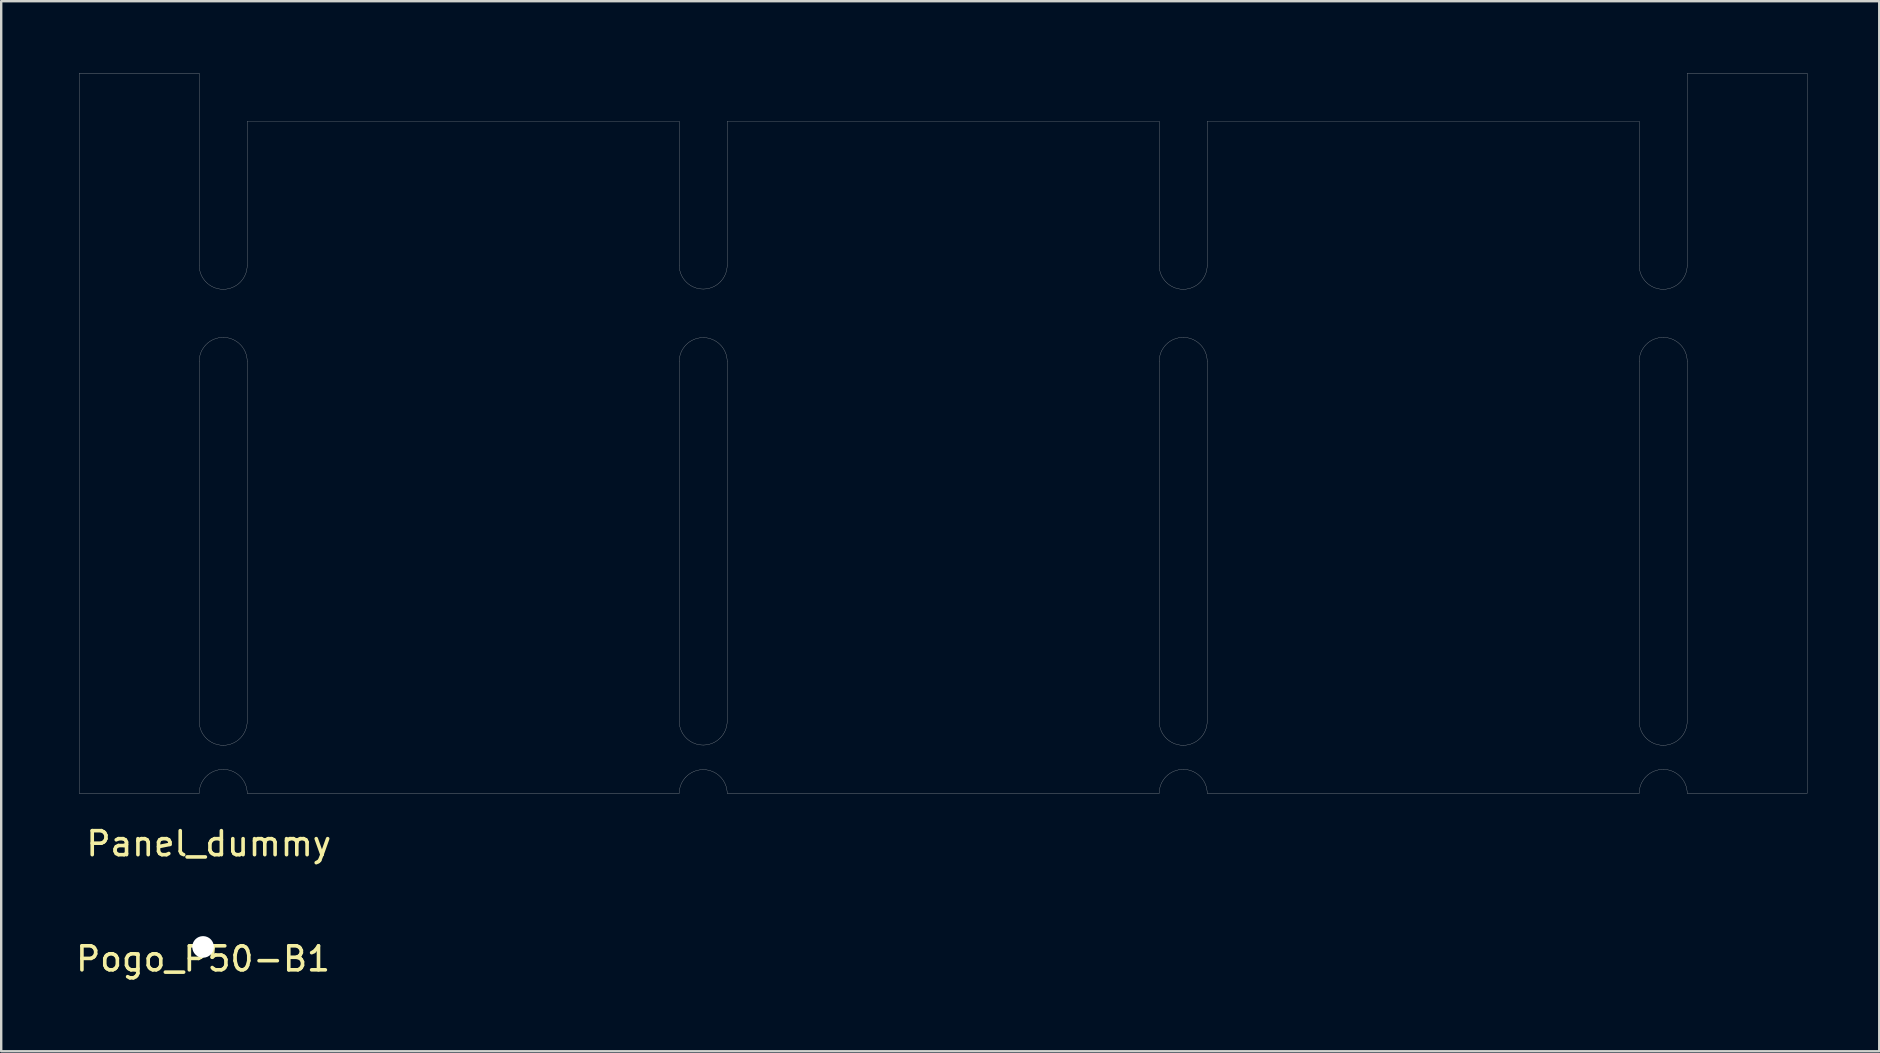
<source format=kicad_pcb>
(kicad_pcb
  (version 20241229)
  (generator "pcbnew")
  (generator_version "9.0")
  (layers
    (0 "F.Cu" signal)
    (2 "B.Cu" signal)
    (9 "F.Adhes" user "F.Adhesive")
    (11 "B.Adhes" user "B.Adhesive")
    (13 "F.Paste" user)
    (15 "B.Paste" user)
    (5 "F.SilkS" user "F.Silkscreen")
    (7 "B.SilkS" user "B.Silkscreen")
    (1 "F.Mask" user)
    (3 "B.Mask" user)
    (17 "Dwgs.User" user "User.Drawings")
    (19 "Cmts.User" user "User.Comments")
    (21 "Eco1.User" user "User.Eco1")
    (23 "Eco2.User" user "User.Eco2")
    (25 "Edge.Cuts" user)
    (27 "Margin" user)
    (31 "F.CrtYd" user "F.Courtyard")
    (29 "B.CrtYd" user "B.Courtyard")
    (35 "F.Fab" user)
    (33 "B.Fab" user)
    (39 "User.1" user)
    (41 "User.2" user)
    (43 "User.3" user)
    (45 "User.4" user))
  (footprint "Pogo_P50-B1"
    (layer "F.Cu")
    (at 5.411 36.405)
    (property "Reference" "Pogo_P50-B1" (at 0 0.5 0) (layer "F.SilkS") (effects (font (size 1 1) (thickness 0.15))))
    (attr through_hole)
    (pad "" np_thru_hole circle (at 0 0) (size 0.9 0.9) (drill 0.9) (layers "*.Cu" "*.Mask")))
  (footprint "Panel_dummy"
    (layer "F.Cu")
    (at 0.25 30.006)
    (property "Reference" "Panel_dummy" (at 5.4 2.1 0) (layer "F.SilkS") (effects (font (size 1 1) (thickness 0.15))))
    (attr through_hole)
    (fp_line (start -0.001 -30.001) (end 5 -30.001) (stroke (width 0.01) (type solid)) (layer "Dwgs.User"))
    (fp_line (start -0.001 -0.001) (end -0.001 -30.001) (stroke (width 0.01) (type solid)) (layer "Dwgs.User"))
    (fp_line (start -0.001 -0.001) (end 5 -0.001) (stroke (width 0.01) (type solid)) (layer "Dwgs.User"))
    (fp_line (start 5 -30.001) (end 5 -22) (stroke (width 0.01) (type solid)) (layer "Dwgs.User"))
    (fp_line (start 5 -3.001) (end 5 -18.002) (stroke (width 0.01) (type solid)) (layer "Dwgs.User"))
    (fp_line (start 6.999 -28.002) (end 25 -28.002) (stroke (width 0.01) (type solid)) (layer "Dwgs.User"))
    (fp_line (start 6.999 -22) (end 6.999 -28.002) (stroke (width 0.01) (type solid)) (layer "Dwgs.User"))
    (fp_line (start 6.999 -18.002) (end 6.999 -3.001) (stroke (width 0.01) (type solid)) (layer "Dwgs.User"))
    (fp_line (start 6.999 -0.001) (end 25 -0.001) (stroke (width 0.01) (type solid)) (layer "Dwgs.User"))
    (fp_line (start 25 -28.002) (end 25 -22) (stroke (width 0.01) (type solid)) (layer "Dwgs.User"))
    (fp_line (start 25 -3.001) (end 25 -18.002) (stroke (width 0.01) (type solid)) (layer "Dwgs.User"))
    (fp_line (start 26.999 -28.002) (end 45 -28.002) (stroke (width 0.01) (type solid)) (layer "Dwgs.User"))
    (fp_line (start 26.999 -22) (end 26.999 -28.002) (stroke (width 0.01) (type solid)) (layer "Dwgs.User"))
    (fp_line (start 26.999 -18.002) (end 26.999 -3.001) (stroke (width 0.01) (type solid)) (layer "Dwgs.User"))
    (fp_line (start 26.999 -0.001) (end 45 -0.001) (stroke (width 0.01) (type solid)) (layer "Dwgs.User"))
    (fp_line (start 45 -28.002) (end 45 -22) (stroke (width 0.01) (type solid)) (layer "Dwgs.User"))
    (fp_line (start 45 -3.001) (end 45 -18.002) (stroke (width 0.01) (type solid)) (layer "Dwgs.User"))
    (fp_line (start 46.999 -28.002) (end 65 -28.002) (stroke (width 0.01) (type solid)) (layer "Dwgs.User"))
    (fp_line (start 46.999 -22) (end 46.999 -28.002) (stroke (width 0.01) (type solid)) (layer "Dwgs.User"))
    (fp_line (start 46.999 -18.002) (end 46.999 -3.001) (stroke (width 0.01) (type solid)) (layer "Dwgs.User"))
    (fp_line (start 46.999 -0.001) (end 65 -0.001) (stroke (width 0.01) (type solid)) (layer "Dwgs.User"))
    (fp_line (start 65 -28.002) (end 65 -22) (stroke (width 0.01) (type solid)) (layer "Dwgs.User"))
    (fp_line (start 65 -3.001) (end 65 -18.002) (stroke (width 0.01) (type solid)) (layer "Dwgs.User"))
    (fp_line (start 66.999 -30.001) (end 71.997 -30.001) (stroke (width 0.01) (type solid)) (layer "Dwgs.User"))
    (fp_line (start 66.999 -22) (end 66.999 -30.001) (stroke (width 0.01) (type solid)) (layer "Dwgs.User"))
    (fp_line (start 66.999 -18.002) (end 66.999 -3.001) (stroke (width 0.01) (type solid)) (layer "Dwgs.User"))
    (fp_line (start 71.997 -30.001) (end 71.997 -0.001) (stroke (width 0.01) (type solid)) (layer "Dwgs.User"))
    (fp_line (start 71.997 -0.001) (end 66.999 -0.001) (stroke (width 0.01) (type solid)) (layer "Dwgs.User"))
    (fp_curve (pts (xy 5 -22) (xy 5.001 -21.449) (xy 5.448 -21.002) (xy 6 -21.002)) (stroke (width 0.01) (type solid)) (layer "Dwgs.User"))
    (fp_curve (pts (xy 5 -3) (xy 5.001 -2.449) (xy 5.448 -2.002) (xy 6 -2.002)) (stroke (width 0.01) (type solid)) (layer "Dwgs.User"))
    (fp_curve (pts (xy 6 -21.002) (xy 6.551 -21.002) (xy 6.999 -21.449) (xy 7 -22)) (stroke (width 0.01) (type solid)) (layer "Dwgs.User"))
    (fp_curve (pts (xy 6 -18.998) (xy 5.448 -18.998) (xy 5.001 -18.551) (xy 5 -18)) (stroke (width 0.01) (type solid)) (layer "Dwgs.User"))
    (fp_curve (pts (xy 6 -2.002) (xy 6.551 -2.002) (xy 6.999 -2.449) (xy 7 -3)) (stroke (width 0.01) (type solid)) (layer "Dwgs.User"))
    (fp_curve (pts (xy 6 -0.998) (xy 5.448 -0.998) (xy 5.001 -0.551) (xy 5 0.000116)) (stroke (width 0.01) (type solid)) (layer "Dwgs.User"))
    (fp_curve (pts (xy 7 -18) (xy 6.999 -18.551) (xy 6.551 -18.998) (xy 6 -18.998)) (stroke (width 0.01) (type solid)) (layer "Dwgs.User"))
    (fp_curve (pts (xy 7 0.000116) (xy 6.999 -0.551) (xy 6.551 -0.998) (xy 6 -0.998)) (stroke (width 0.01) (type solid)) (layer "Dwgs.User"))
    (fp_curve (pts (xy 25 -22) (xy 25.006 -21.452) (xy 25.452 -21.012) (xy 26 -21.012)) (stroke (width 0.01) (type solid)) (layer "Dwgs.User"))
    (fp_curve (pts (xy 25 -3) (xy 25.006 -2.452) (xy 25.452 -2.012) (xy 26 -2.012)) (stroke (width 0.01) (type solid)) (layer "Dwgs.User"))
    (fp_curve (pts (xy 26 -21.012) (xy 26.548 -21.012) (xy 26.993 -21.452) (xy 27 -22)) (stroke (width 0.01) (type solid)) (layer "Dwgs.User"))
    (fp_curve (pts (xy 26 -18.989) (xy 25.452 -18.989) (xy 25.006 -18.548) (xy 25 -18)) (stroke (width 0.01) (type solid)) (layer "Dwgs.User"))
    (fp_curve (pts (xy 26 -2.012) (xy 26.548 -2.012) (xy 26.993 -2.452) (xy 27 -3)) (stroke (width 0.01) (type solid)) (layer "Dwgs.User"))
    (fp_curve (pts (xy 26 -0.988) (xy 25.452 -0.988) (xy 25.006 -0.548) (xy 25 0.000116)) (stroke (width 0.01) (type solid)) (layer "Dwgs.User"))
    (fp_curve (pts (xy 27 -18) (xy 26.993 -18.548) (xy 26.548 -18.989) (xy 26 -18.989)) (stroke (width 0.01) (type solid)) (layer "Dwgs.User"))
    (fp_curve (pts (xy 27 0.000116) (xy 26.993 -0.548) (xy 26.548 -0.988) (xy 26 -0.988)) (stroke (width 0.01) (type solid)) (layer "Dwgs.User"))
    (fp_curve (pts (xy 45 -22) (xy 45.001 -21.449) (xy 45.449 -21.002) (xy 46 -21.002)) (stroke (width 0.01) (type solid)) (layer "Dwgs.User"))
    (fp_curve (pts (xy 45 -3) (xy 45.001 -2.449) (xy 45.449 -2.002) (xy 46 -2.002)) (stroke (width 0.01) (type solid)) (layer "Dwgs.User"))
    (fp_curve (pts (xy 46 -21.002) (xy 46.551 -21.002) (xy 46.999 -21.449) (xy 47 -22)) (stroke (width 0.01) (type solid)) (layer "Dwgs.User"))
    (fp_curve (pts (xy 46 -18.998) (xy 45.449 -18.998) (xy 45.001 -18.551) (xy 45 -18)) (stroke (width 0.01) (type solid)) (layer "Dwgs.User"))
    (fp_curve (pts (xy 46 -2.002) (xy 46.551 -2.002) (xy 46.999 -2.449) (xy 47 -3)) (stroke (width 0.01) (type solid)) (layer "Dwgs.User"))
    (fp_curve (pts (xy 46 -0.998) (xy 45.449 -0.998) (xy 45.001 -0.551) (xy 45 0.000116)) (stroke (width 0.01) (type solid)) (layer "Dwgs.User"))
    (fp_curve (pts (xy 47 -18) (xy 46.999 -18.551) (xy 46.551 -18.998) (xy 46 -18.998)) (stroke (width 0.01) (type solid)) (layer "Dwgs.User"))
    (fp_curve (pts (xy 47 0.000116) (xy 46.999 -0.551) (xy 46.551 -0.998) (xy 46 -0.998)) (stroke (width 0.01) (type solid)) (layer "Dwgs.User"))
    (fp_curve (pts (xy 65 -22) (xy 65.001 -21.449) (xy 65.449 -21.002) (xy 66 -21.002)) (stroke (width 0.01) (type solid)) (layer "Dwgs.User"))
    (fp_curve (pts (xy 65 -3) (xy 65.001 -2.449) (xy 65.449 -2.002) (xy 66 -2.002)) (stroke (width 0.01) (type solid)) (layer "Dwgs.User"))
    (fp_curve (pts (xy 66 -21.002) (xy 66.551 -21.002) (xy 66.999 -21.449) (xy 67 -22)) (stroke (width 0.01) (type solid)) (layer "Dwgs.User"))
    (fp_curve (pts (xy 66 -18.998) (xy 65.449 -18.998) (xy 65.001 -18.551) (xy 65 -18)) (stroke (width 0.01) (type solid)) (layer "Dwgs.User"))
    (fp_curve (pts (xy 66 -2.002) (xy 66.551 -2.002) (xy 66.999 -2.449) (xy 67 -3)) (stroke (width 0.01) (type solid)) (layer "Dwgs.User"))
    (fp_curve (pts (xy 66 -0.998) (xy 65.449 -0.998) (xy 65.001 -0.551) (xy 65 0.000116)) (stroke (width 0.01) (type solid)) (layer "Dwgs.User"))
    (fp_curve (pts (xy 67 -18) (xy 66.999 -18.551) (xy 66.551 -18.998) (xy 66 -18.998)) (stroke (width 0.01) (type solid)) (layer "Dwgs.User"))
    (fp_curve (pts (xy 67 0.000116) (xy 66.999 -0.551) (xy 66.551 -0.998) (xy 66 -0.998)) (stroke (width 0.01) (type solid)) (layer "Dwgs.User")))
  (gr_rect
    (start -3 -3)
    (end 75.252 40.753)
    (stroke (width 0.1) (type default))
    (fill no)
    (layer "Edge.Cuts")))
</source>
